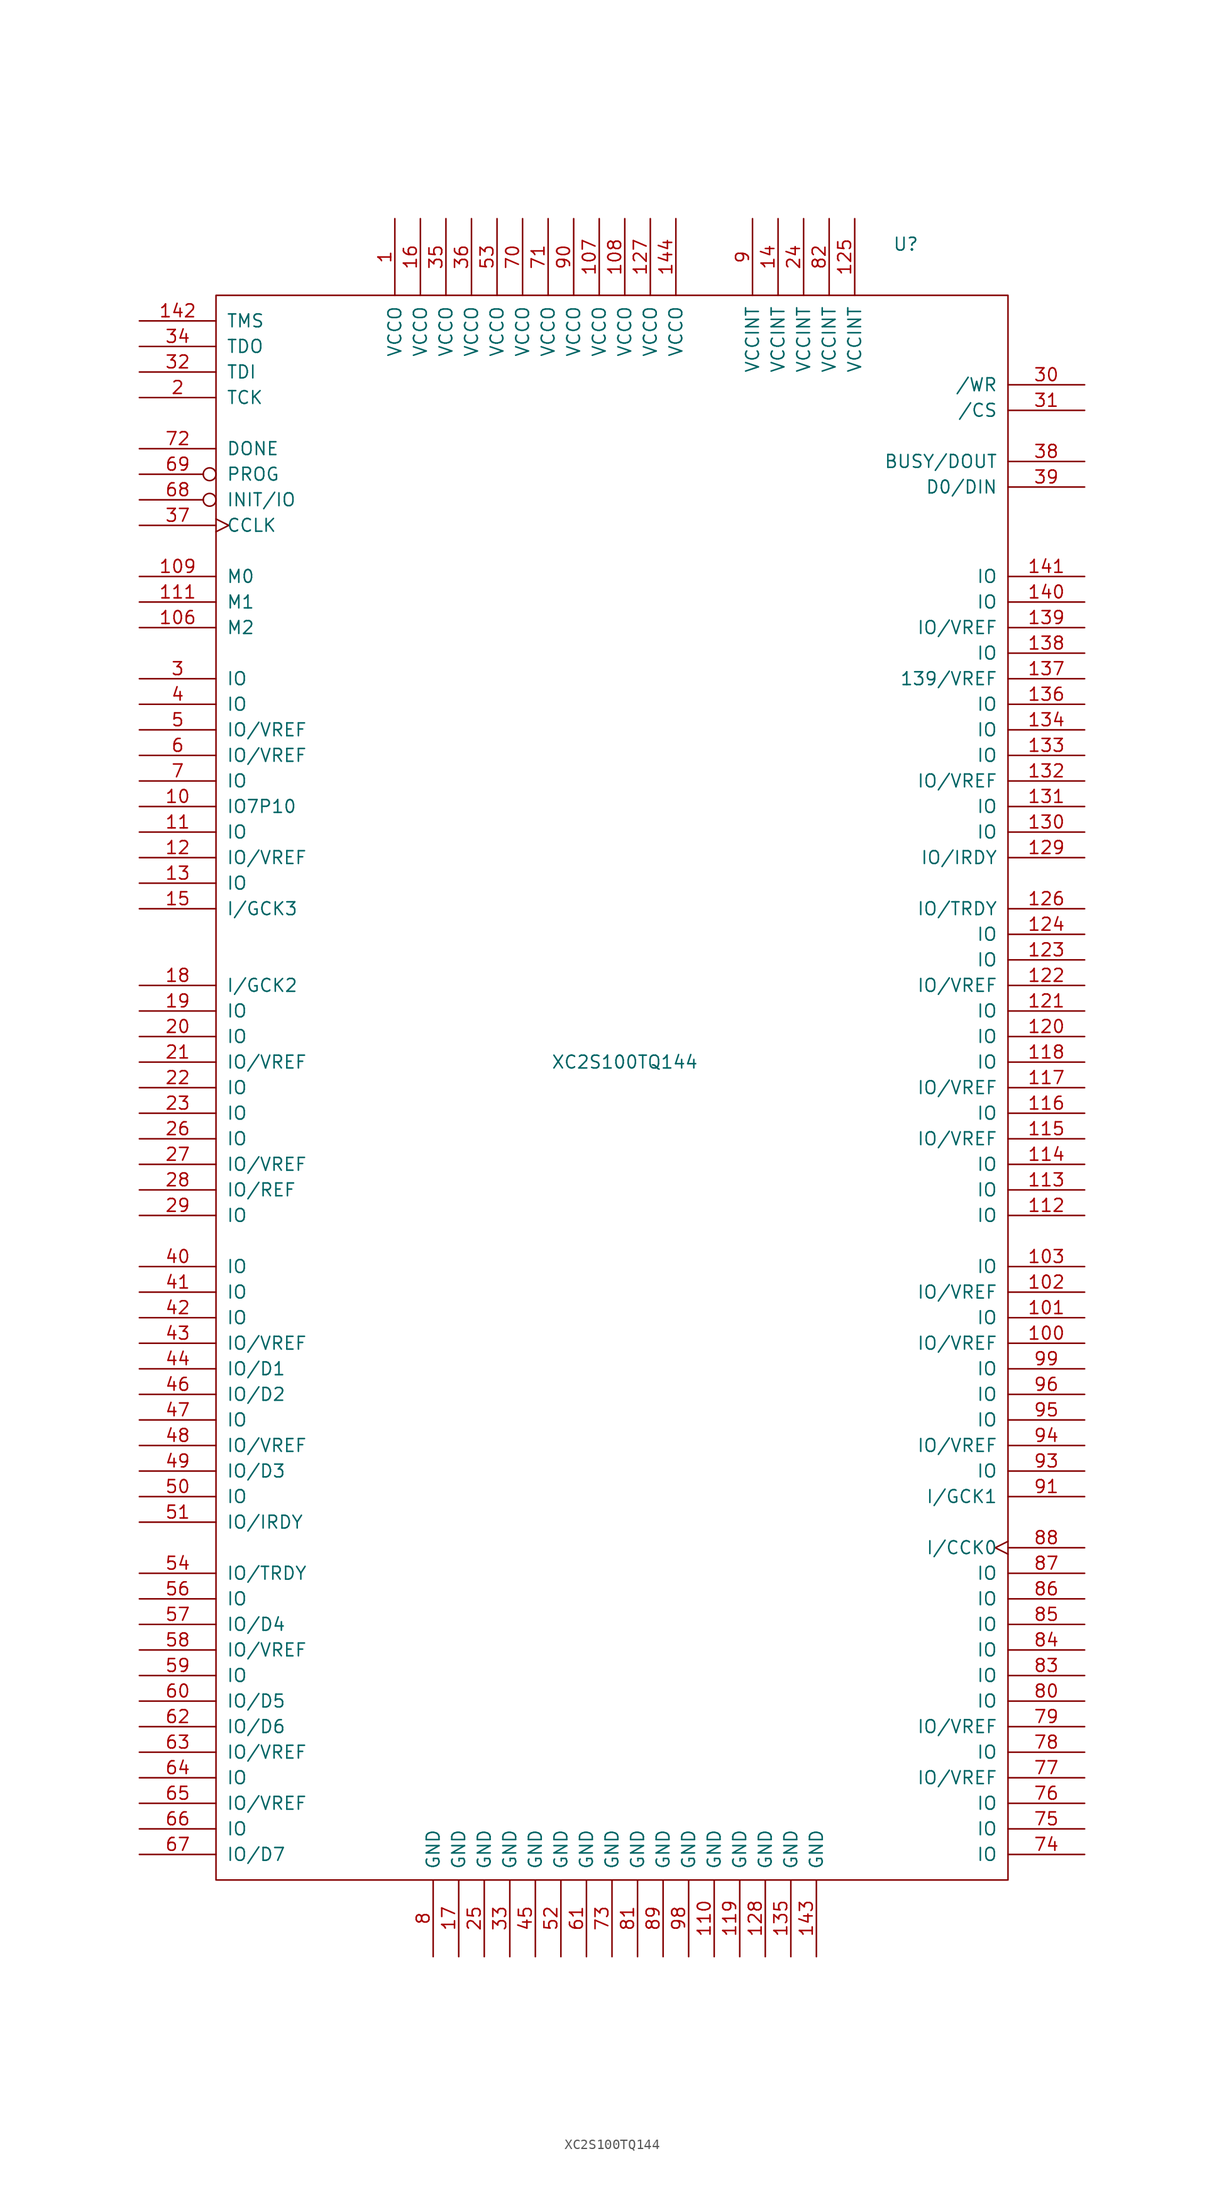
<source format=kicad_sym>
(kicad_symbol_lib
  (version 20201005)
  (generator kicad_symbol_editor)
  (symbol "XC2S100TQ144"
    (pin_names
      (offset 1.016))
    (property "Reference" "U"
      (at 27.94 83.82 0)
      (effects (font (size 1.27 1.27))))
    (property "Value" "XC2S100TQ144"
      (at 0 2.54 0)
      (effects (font (size 1.27 1.27))))
    (symbol "XC2S100TQ144_0_1"
      (rectangle (start -40.64 78.74) (end 38.1 -78.74) (stroke (width 0)) (fill (type none))))
    (symbol "XC2S100TQ144_1_1"
      (pin power_in line (at -22.86 86.36 270) (length 7.62) (name "VCCO" (effects (font (size 1.27 1.27)))) (number "1" (effects (font (size 1.27 1.27)))))
      (pin bidirectional line (at -48.26 27.94 0) (length 7.62) (name "IO7P10" (effects (font (size 1.27 1.27)))) (number "10" (effects (font (size 1.27 1.27)))))
      (pin bidirectional line (at 45.72 -25.4 180) (length 7.62) (name "IO/VREF" (effects (font (size 1.27 1.27)))) (number "100" (effects (font (size 1.27 1.27)))))
      (pin bidirectional line (at 45.72 -22.86 180) (length 7.62) (name "IO" (effects (font (size 1.27 1.27)))) (number "101" (effects (font (size 1.27 1.27)))))
      (pin bidirectional line (at 45.72 -20.32 180) (length 7.62) (name "IO/VREF" (effects (font (size 1.27 1.27)))) (number "102" (effects (font (size 1.27 1.27)))))
      (pin bidirectional line (at 45.72 -17.78 180) (length 7.62) (name "IO" (effects (font (size 1.27 1.27)))) (number "103" (effects (font (size 1.27 1.27)))))
      (pin input line (at -48.26 45.72 0) (length 7.62) (name "M2" (effects (font (size 1.27 1.27)))) (number "106" (effects (font (size 1.27 1.27)))))
      (pin power_in line (at -2.54 86.36 270) (length 7.62) (name "VCCO" (effects (font (size 1.27 1.27)))) (number "107" (effects (font (size 1.27 1.27)))))
      (pin power_in line (at 0 86.36 270) (length 7.62) (name "VCCO" (effects (font (size 1.27 1.27)))) (number "108" (effects (font (size 1.27 1.27)))))
      (pin input line (at -48.26 50.8 0) (length 7.62) (name "M0" (effects (font (size 1.27 1.27)))) (number "109" (effects (font (size 1.27 1.27)))))
      (pin bidirectional line (at -48.26 25.4 0) (length 7.62) (name "IO" (effects (font (size 1.27 1.27)))) (number "11" (effects (font (size 1.27 1.27)))))
      (pin power_in line (at 8.89 -86.36 90) (length 7.62) (name "GND" (effects (font (size 1.27 1.27)))) (number "110" (effects (font (size 1.27 1.27)))))
      (pin input line (at -48.26 48.26 0) (length 7.62) (name "M1" (effects (font (size 1.27 1.27)))) (number "111" (effects (font (size 1.27 1.27)))))
      (pin bidirectional line (at 45.72 -12.7 180) (length 7.62) (name "IO" (effects (font (size 1.27 1.27)))) (number "112" (effects (font (size 1.27 1.27)))))
      (pin bidirectional line (at 45.72 -10.16 180) (length 7.62) (name "IO" (effects (font (size 1.27 1.27)))) (number "113" (effects (font (size 1.27 1.27)))))
      (pin bidirectional line (at 45.72 -7.62 180) (length 7.62) (name "IO" (effects (font (size 1.27 1.27)))) (number "114" (effects (font (size 1.27 1.27)))))
      (pin bidirectional line (at 45.72 -5.08 180) (length 7.62) (name "IO/VREF" (effects (font (size 1.27 1.27)))) (number "115" (effects (font (size 1.27 1.27)))))
      (pin bidirectional line (at 45.72 -2.54 180) (length 7.62) (name "IO" (effects (font (size 1.27 1.27)))) (number "116" (effects (font (size 1.27 1.27)))))
      (pin bidirectional line (at 45.72 0 180) (length 7.62) (name "IO/VREF" (effects (font (size 1.27 1.27)))) (number "117" (effects (font (size 1.27 1.27)))))
      (pin bidirectional line (at 45.72 2.54 180) (length 7.62) (name "IO" (effects (font (size 1.27 1.27)))) (number "118" (effects (font (size 1.27 1.27)))))
      (pin power_in line (at 11.43 -86.36 90) (length 7.62) (name "GND" (effects (font (size 1.27 1.27)))) (number "119" (effects (font (size 1.27 1.27)))))
      (pin bidirectional line (at -48.26 22.86 0) (length 7.62) (name "IO/VREF" (effects (font (size 1.27 1.27)))) (number "12" (effects (font (size 1.27 1.27)))))
      (pin bidirectional line (at 45.72 5.08 180) (length 7.62) (name "IO" (effects (font (size 1.27 1.27)))) (number "120" (effects (font (size 1.27 1.27)))))
      (pin bidirectional line (at 45.72 7.62 180) (length 7.62) (name "IO" (effects (font (size 1.27 1.27)))) (number "121" (effects (font (size 1.27 1.27)))))
      (pin bidirectional line (at 45.72 10.16 180) (length 7.62) (name "IO/VREF" (effects (font (size 1.27 1.27)))) (number "122" (effects (font (size 1.27 1.27)))))
      (pin bidirectional line (at 45.72 12.7 180) (length 7.62) (name "IO" (effects (font (size 1.27 1.27)))) (number "123" (effects (font (size 1.27 1.27)))))
      (pin bidirectional line (at 45.72 15.24 180) (length 7.62) (name "IO" (effects (font (size 1.27 1.27)))) (number "124" (effects (font (size 1.27 1.27)))))
      (pin power_in line (at 22.86 86.36 270) (length 7.62) (name "VCCINT" (effects (font (size 1.27 1.27)))) (number "125" (effects (font (size 1.27 1.27)))))
      (pin bidirectional line (at 45.72 17.78 180) (length 7.62) (name "IO/TRDY" (effects (font (size 1.27 1.27)))) (number "126" (effects (font (size 1.27 1.27)))))
      (pin power_in line (at 2.54 86.36 270) (length 7.62) (name "VCCO" (effects (font (size 1.27 1.27)))) (number "127" (effects (font (size 1.27 1.27)))))
      (pin power_in line (at 13.97 -86.36 90) (length 7.62) (name "GND" (effects (font (size 1.27 1.27)))) (number "128" (effects (font (size 1.27 1.27)))))
      (pin bidirectional line (at 45.72 22.86 180) (length 7.62) (name "IO/IRDY" (effects (font (size 1.27 1.27)))) (number "129" (effects (font (size 1.27 1.27)))))
      (pin bidirectional line (at -48.26 20.32 0) (length 7.62) (name "IO" (effects (font (size 1.27 1.27)))) (number "13" (effects (font (size 1.27 1.27)))))
      (pin bidirectional line (at 45.72 25.4 180) (length 7.62) (name "IO" (effects (font (size 1.27 1.27)))) (number "130" (effects (font (size 1.27 1.27)))))
      (pin bidirectional line (at 45.72 27.94 180) (length 7.62) (name "IO" (effects (font (size 1.27 1.27)))) (number "131" (effects (font (size 1.27 1.27)))))
      (pin bidirectional line (at 45.72 30.48 180) (length 7.62) (name "IO/VREF" (effects (font (size 1.27 1.27)))) (number "132" (effects (font (size 1.27 1.27)))))
      (pin bidirectional line (at 45.72 33.02 180) (length 7.62) (name "IO" (effects (font (size 1.27 1.27)))) (number "133" (effects (font (size 1.27 1.27)))))
      (pin bidirectional line (at 45.72 35.56 180) (length 7.62) (name "IO" (effects (font (size 1.27 1.27)))) (number "134" (effects (font (size 1.27 1.27)))))
      (pin power_in line (at 16.51 -86.36 90) (length 7.62) (name "GND" (effects (font (size 1.27 1.27)))) (number "135" (effects (font (size 1.27 1.27)))))
      (pin bidirectional line (at 45.72 38.1 180) (length 7.62) (name "IO" (effects (font (size 1.27 1.27)))) (number "136" (effects (font (size 1.27 1.27)))))
      (pin bidirectional line (at 45.72 40.64 180) (length 7.62) (name "139/VREF" (effects (font (size 1.27 1.27)))) (number "137" (effects (font (size 1.27 1.27)))))
      (pin bidirectional line (at 45.72 43.18 180) (length 7.62) (name "IO" (effects (font (size 1.27 1.27)))) (number "138" (effects (font (size 1.27 1.27)))))
      (pin bidirectional line (at 45.72 45.72 180) (length 7.62) (name "IO/VREF" (effects (font (size 1.27 1.27)))) (number "139" (effects (font (size 1.27 1.27)))))
      (pin power_in line (at 15.24 86.36 270) (length 7.62) (name "VCCINT" (effects (font (size 1.27 1.27)))) (number "14" (effects (font (size 1.27 1.27)))))
      (pin bidirectional line (at 45.72 48.26 180) (length 7.62) (name "IO" (effects (font (size 1.27 1.27)))) (number "140" (effects (font (size 1.27 1.27)))))
      (pin bidirectional line (at 45.72 50.8 180) (length 7.62) (name "IO" (effects (font (size 1.27 1.27)))) (number "141" (effects (font (size 1.27 1.27)))))
      (pin input line (at -48.26 76.2 0) (length 7.62) (name "TMS" (effects (font (size 1.27 1.27)))) (number "142" (effects (font (size 1.27 1.27)))))
      (pin power_in line (at 19.05 -86.36 90) (length 7.62) (name "GND" (effects (font (size 1.27 1.27)))) (number "143" (effects (font (size 1.27 1.27)))))
      (pin passive line (at 5.08 86.36 270) (length 7.62) (name "VCCO" (effects (font (size 1.27 1.27)))) (number "144" (effects (font (size 1.27 1.27)))))
      (pin input line (at -48.26 17.78 0) (length 7.62) (name "I/GCK3" (effects (font (size 1.27 1.27)))) (number "15" (effects (font (size 1.27 1.27)))))
      (pin power_in line (at -20.32 86.36 270) (length 7.62) (name "VCCO" (effects (font (size 1.27 1.27)))) (number "16" (effects (font (size 1.27 1.27)))))
      (pin power_in line (at -16.51 -86.36 90) (length 7.62) (name "GND" (effects (font (size 1.27 1.27)))) (number "17" (effects (font (size 1.27 1.27)))))
      (pin input line (at -48.26 10.16 0) (length 7.62) (name "I/GCK2" (effects (font (size 1.27 1.27)))) (number "18" (effects (font (size 1.27 1.27)))))
      (pin bidirectional line (at -48.26 7.62 0) (length 7.62) (name "IO" (effects (font (size 1.27 1.27)))) (number "19" (effects (font (size 1.27 1.27)))))
      (pin input line (at -48.26 68.58 0) (length 7.62) (name "TCK" (effects (font (size 1.27 1.27)))) (number "2" (effects (font (size 1.27 1.27)))))
      (pin bidirectional line (at -48.26 5.08 0) (length 7.62) (name "IO" (effects (font (size 1.27 1.27)))) (number "20" (effects (font (size 1.27 1.27)))))
      (pin bidirectional line (at -48.26 2.54 0) (length 7.62) (name "IO/VREF" (effects (font (size 1.27 1.27)))) (number "21" (effects (font (size 1.27 1.27)))))
      (pin bidirectional line (at -48.26 0 0) (length 7.62) (name "IO" (effects (font (size 1.27 1.27)))) (number "22" (effects (font (size 1.27 1.27)))))
      (pin bidirectional line (at -48.26 -2.54 0) (length 7.62) (name "IO" (effects (font (size 1.27 1.27)))) (number "23" (effects (font (size 1.27 1.27)))))
      (pin power_in line (at 17.78 86.36 270) (length 7.62) (name "VCCINT" (effects (font (size 1.27 1.27)))) (number "24" (effects (font (size 1.27 1.27)))))
      (pin power_in line (at -13.97 -86.36 90) (length 7.62) (name "GND" (effects (font (size 1.27 1.27)))) (number "25" (effects (font (size 1.27 1.27)))))
      (pin bidirectional line (at -48.26 -5.08 0) (length 7.62) (name "IO" (effects (font (size 1.27 1.27)))) (number "26" (effects (font (size 1.27 1.27)))))
      (pin bidirectional line (at -48.26 -7.62 0) (length 7.62) (name "IO/VREF" (effects (font (size 1.27 1.27)))) (number "27" (effects (font (size 1.27 1.27)))))
      (pin bidirectional line (at -48.26 -10.16 0) (length 7.62) (name "IO/REF" (effects (font (size 1.27 1.27)))) (number "28" (effects (font (size 1.27 1.27)))))
      (pin bidirectional line (at -48.26 -12.7 0) (length 7.62) (name "IO" (effects (font (size 1.27 1.27)))) (number "29" (effects (font (size 1.27 1.27)))))
      (pin bidirectional line (at -48.26 40.64 0) (length 7.62) (name "IO" (effects (font (size 1.27 1.27)))) (number "3" (effects (font (size 1.27 1.27)))))
      (pin bidirectional line (at 45.72 69.85 180) (length 7.62) (name "/WR" (effects (font (size 1.27 1.27)))) (number "30" (effects (font (size 1.27 1.27)))))
      (pin bidirectional line (at 45.72 67.31 180) (length 7.62) (name "/CS" (effects (font (size 1.27 1.27)))) (number "31" (effects (font (size 1.27 1.27)))))
      (pin input line (at -48.26 71.12 0) (length 7.62) (name "TDI" (effects (font (size 1.27 1.27)))) (number "32" (effects (font (size 1.27 1.27)))))
      (pin power_in line (at -11.43 -86.36 90) (length 7.62) (name "GND" (effects (font (size 1.27 1.27)))) (number "33" (effects (font (size 1.27 1.27)))))
      (pin output line (at -48.26 73.66 0) (length 7.62) (name "TDO" (effects (font (size 1.27 1.27)))) (number "34" (effects (font (size 1.27 1.27)))))
      (pin power_in line (at -17.78 86.36 270) (length 7.62) (name "VCCO" (effects (font (size 1.27 1.27)))) (number "35" (effects (font (size 1.27 1.27)))))
      (pin power_in line (at -15.24 86.36 270) (length 7.62) (name "VCCO" (effects (font (size 1.27 1.27)))) (number "36" (effects (font (size 1.27 1.27)))))
      (pin input clock (at -48.26 55.88 0) (length 7.62) (name "CCLK" (effects (font (size 1.27 1.27)))) (number "37" (effects (font (size 1.27 1.27)))))
      (pin output line (at 45.72 62.23 180) (length 7.62) (name "BUSY/DOUT" (effects (font (size 1.27 1.27)))) (number "38" (effects (font (size 1.27 1.27)))))
      (pin bidirectional line (at 45.72 59.69 180) (length 7.62) (name "D0/DIN" (effects (font (size 1.27 1.27)))) (number "39" (effects (font (size 1.27 1.27)))))
      (pin bidirectional line (at -48.26 38.1 0) (length 7.62) (name "IO" (effects (font (size 1.27 1.27)))) (number "4" (effects (font (size 1.27 1.27)))))
      (pin bidirectional line (at -48.26 -17.78 0) (length 7.62) (name "IO" (effects (font (size 1.27 1.27)))) (number "40" (effects (font (size 1.27 1.27)))))
      (pin bidirectional line (at -48.26 -20.32 0) (length 7.62) (name "IO" (effects (font (size 1.27 1.27)))) (number "41" (effects (font (size 1.27 1.27)))))
      (pin bidirectional line (at -48.26 -22.86 0) (length 7.62) (name "IO" (effects (font (size 1.27 1.27)))) (number "42" (effects (font (size 1.27 1.27)))))
      (pin bidirectional line (at -48.26 -25.4 0) (length 7.62) (name "IO/VREF" (effects (font (size 1.27 1.27)))) (number "43" (effects (font (size 1.27 1.27)))))
      (pin bidirectional line (at -48.26 -27.94 0) (length 7.62) (name "IO/D1" (effects (font (size 1.27 1.27)))) (number "44" (effects (font (size 1.27 1.27)))))
      (pin power_in line (at -8.89 -86.36 90) (length 7.62) (name "GND" (effects (font (size 1.27 1.27)))) (number "45" (effects (font (size 1.27 1.27)))))
      (pin bidirectional line (at -48.26 -30.48 0) (length 7.62) (name "IO/D2" (effects (font (size 1.27 1.27)))) (number "46" (effects (font (size 1.27 1.27)))))
      (pin bidirectional line (at -48.26 -33.02 0) (length 7.62) (name "IO" (effects (font (size 1.27 1.27)))) (number "47" (effects (font (size 1.27 1.27)))))
      (pin bidirectional line (at -48.26 -35.56 0) (length 7.62) (name "IO/VREF" (effects (font (size 1.27 1.27)))) (number "48" (effects (font (size 1.27 1.27)))))
      (pin bidirectional line (at -48.26 -38.1 0) (length 7.62) (name "IO/D3" (effects (font (size 1.27 1.27)))) (number "49" (effects (font (size 1.27 1.27)))))
      (pin bidirectional line (at -48.26 35.56 0) (length 7.62) (name "IO/VREF" (effects (font (size 1.27 1.27)))) (number "5" (effects (font (size 1.27 1.27)))))
      (pin bidirectional line (at -48.26 -40.64 0) (length 7.62) (name "IO" (effects (font (size 1.27 1.27)))) (number "50" (effects (font (size 1.27 1.27)))))
      (pin bidirectional line (at -48.26 -43.18 0) (length 7.62) (name "IO/IRDY" (effects (font (size 1.27 1.27)))) (number "51" (effects (font (size 1.27 1.27)))))
      (pin power_in line (at -6.35 -86.36 90) (length 7.62) (name "GND" (effects (font (size 1.27 1.27)))) (number "52" (effects (font (size 1.27 1.27)))))
      (pin power_in line (at -12.7 86.36 270) (length 7.62) (name "VCCO" (effects (font (size 1.27 1.27)))) (number "53" (effects (font (size 1.27 1.27)))))
      (pin bidirectional line (at -48.26 -48.26 0) (length 7.62) (name "IO/TRDY" (effects (font (size 1.27 1.27)))) (number "54" (effects (font (size 1.27 1.27)))))
      (pin bidirectional line (at -48.26 -50.8 0) (length 7.62) (name "IO" (effects (font (size 1.27 1.27)))) (number "56" (effects (font (size 1.27 1.27)))))
      (pin bidirectional line (at -48.26 -53.34 0) (length 7.62) (name "IO/D4" (effects (font (size 1.27 1.27)))) (number "57" (effects (font (size 1.27 1.27)))))
      (pin bidirectional line (at -48.26 -55.88 0) (length 7.62) (name "IO/VREF" (effects (font (size 1.27 1.27)))) (number "58" (effects (font (size 1.27 1.27)))))
      (pin bidirectional line (at -48.26 -58.42 0) (length 7.62) (name "IO" (effects (font (size 1.27 1.27)))) (number "59" (effects (font (size 1.27 1.27)))))
      (pin bidirectional line (at -48.26 33.02 0) (length 7.62) (name "IO/VREF" (effects (font (size 1.27 1.27)))) (number "6" (effects (font (size 1.27 1.27)))))
      (pin bidirectional line (at -48.26 -60.96 0) (length 7.62) (name "IO/D5" (effects (font (size 1.27 1.27)))) (number "60" (effects (font (size 1.27 1.27)))))
      (pin power_in line (at -3.81 -86.36 90) (length 7.62) (name "GND" (effects (font (size 1.27 1.27)))) (number "61" (effects (font (size 1.27 1.27)))))
      (pin bidirectional line (at -48.26 -63.5 0) (length 7.62) (name "IO/D6" (effects (font (size 1.27 1.27)))) (number "62" (effects (font (size 1.27 1.27)))))
      (pin bidirectional line (at -48.26 -66.04 0) (length 7.62) (name "IO/VREF" (effects (font (size 1.27 1.27)))) (number "63" (effects (font (size 1.27 1.27)))))
      (pin bidirectional line (at -48.26 -68.58 0) (length 7.62) (name "IO" (effects (font (size 1.27 1.27)))) (number "64" (effects (font (size 1.27 1.27)))))
      (pin bidirectional line (at -48.26 -71.12 0) (length 7.62) (name "IO/VREF" (effects (font (size 1.27 1.27)))) (number "65" (effects (font (size 1.27 1.27)))))
      (pin bidirectional line (at -48.26 -73.66 0) (length 7.62) (name "IO" (effects (font (size 1.27 1.27)))) (number "66" (effects (font (size 1.27 1.27)))))
      (pin bidirectional line (at -48.26 -76.2 0) (length 7.62) (name "IO/D7" (effects (font (size 1.27 1.27)))) (number "67" (effects (font (size 1.27 1.27)))))
      (pin bidirectional inverted (at -48.26 58.42 0) (length 7.62) (name "INIT/IO" (effects (font (size 1.27 1.27)))) (number "68" (effects (font (size 1.27 1.27)))))
      (pin input inverted (at -48.26 60.96 0) (length 7.62) (name "PROG" (effects (font (size 1.27 1.27)))) (number "69" (effects (font (size 1.27 1.27)))))
      (pin bidirectional line (at -48.26 30.48 0) (length 7.62) (name "IO" (effects (font (size 1.27 1.27)))) (number "7" (effects (font (size 1.27 1.27)))))
      (pin power_in line (at -10.16 86.36 270) (length 7.62) (name "VCCO" (effects (font (size 1.27 1.27)))) (number "70" (effects (font (size 1.27 1.27)))))
      (pin power_in line (at -7.62 86.36 270) (length 7.62) (name "VCCO" (effects (font (size 1.27 1.27)))) (number "71" (effects (font (size 1.27 1.27)))))
      (pin open_collector line (at -48.26 63.5 0) (length 7.62) (name "DONE" (effects (font (size 1.27 1.27)))) (number "72" (effects (font (size 1.27 1.27)))))
      (pin power_in line (at -1.27 -86.36 90) (length 7.62) (name "GND" (effects (font (size 1.27 1.27)))) (number "73" (effects (font (size 1.27 1.27)))))
      (pin bidirectional line (at 45.72 -76.2 180) (length 7.62) (name "IO" (effects (font (size 1.27 1.27)))) (number "74" (effects (font (size 1.27 1.27)))))
      (pin bidirectional line (at 45.72 -73.66 180) (length 7.62) (name "IO" (effects (font (size 1.27 1.27)))) (number "75" (effects (font (size 1.27 1.27)))))
      (pin bidirectional line (at 45.72 -71.12 180) (length 7.62) (name "IO" (effects (font (size 1.27 1.27)))) (number "76" (effects (font (size 1.27 1.27)))))
      (pin bidirectional line (at 45.72 -68.58 180) (length 7.62) (name "IO/VREF" (effects (font (size 1.27 1.27)))) (number "77" (effects (font (size 1.27 1.27)))))
      (pin bidirectional line (at 45.72 -66.04 180) (length 7.62) (name "IO" (effects (font (size 1.27 1.27)))) (number "78" (effects (font (size 1.27 1.27)))))
      (pin bidirectional line (at 45.72 -63.5 180) (length 7.62) (name "IO/VREF" (effects (font (size 1.27 1.27)))) (number "79" (effects (font (size 1.27 1.27)))))
      (pin power_in line (at -19.05 -86.36 90) (length 7.62) (name "GND" (effects (font (size 1.27 1.27)))) (number "8" (effects (font (size 1.27 1.27)))))
      (pin bidirectional line (at 45.72 -60.96 180) (length 7.62) (name "IO" (effects (font (size 1.27 1.27)))) (number "80" (effects (font (size 1.27 1.27)))))
      (pin power_in line (at 1.27 -86.36 90) (length 7.62) (name "GND" (effects (font (size 1.27 1.27)))) (number "81" (effects (font (size 1.27 1.27)))))
      (pin power_in line (at 20.32 86.36 270) (length 7.62) (name "VCCINT" (effects (font (size 1.27 1.27)))) (number "82" (effects (font (size 1.27 1.27)))))
      (pin bidirectional line (at 45.72 -58.42 180) (length 7.62) (name "IO" (effects (font (size 1.27 1.27)))) (number "83" (effects (font (size 1.27 1.27)))))
      (pin bidirectional line (at 45.72 -55.88 180) (length 7.62) (name "IO" (effects (font (size 1.27 1.27)))) (number "84" (effects (font (size 1.27 1.27)))))
      (pin bidirectional line (at 45.72 -53.34 180) (length 7.62) (name "IO" (effects (font (size 1.27 1.27)))) (number "85" (effects (font (size 1.27 1.27)))))
      (pin bidirectional line (at 45.72 -50.8 180) (length 7.62) (name "IO" (effects (font (size 1.27 1.27)))) (number "86" (effects (font (size 1.27 1.27)))))
      (pin bidirectional line (at 45.72 -48.26 180) (length 7.62) (name "IO" (effects (font (size 1.27 1.27)))) (number "87" (effects (font (size 1.27 1.27)))))
      (pin input clock (at 45.72 -45.72 180) (length 7.62) (name "I/CCK0" (effects (font (size 1.27 1.27)))) (number "88" (effects (font (size 1.27 1.27)))))
      (pin power_in line (at 3.81 -86.36 90) (length 7.62) (name "GND" (effects (font (size 1.27 1.27)))) (number "89" (effects (font (size 1.27 1.27)))))
      (pin power_in line (at 12.7 86.36 270) (length 7.62) (name "VCCINT" (effects (font (size 1.27 1.27)))) (number "9" (effects (font (size 1.27 1.27)))))
      (pin power_in line (at -5.08 86.36 270) (length 7.62) (name "VCCO" (effects (font (size 1.27 1.27)))) (number "90" (effects (font (size 1.27 1.27)))))
      (pin input line (at 45.72 -40.64 180) (length 7.62) (name "I/GCK1" (effects (font (size 1.27 1.27)))) (number "91" (effects (font (size 1.27 1.27)))))
      (pin bidirectional line (at 45.72 -38.1 180) (length 7.62) (name "IO" (effects (font (size 1.27 1.27)))) (number "93" (effects (font (size 1.27 1.27)))))
      (pin bidirectional line (at 45.72 -35.56 180) (length 7.62) (name "IO/VREF" (effects (font (size 1.27 1.27)))) (number "94" (effects (font (size 1.27 1.27)))))
      (pin bidirectional line (at 45.72 -33.02 180) (length 7.62) (name "IO" (effects (font (size 1.27 1.27)))) (number "95" (effects (font (size 1.27 1.27)))))
      (pin bidirectional line (at 45.72 -30.48 180) (length 7.62) (name "IO" (effects (font (size 1.27 1.27)))) (number "96" (effects (font (size 1.27 1.27)))))
      (pin passive line (at 6.35 -86.36 90) (length 7.62) (name "GND" (effects (font (size 1.27 1.27)))) (number "98" (effects (font (size 1.27 1.27)))))
      (pin bidirectional line (at 45.72 -27.94 180) (length 7.62) (name "IO" (effects (font (size 1.27 1.27)))) (number "99" (effects (font (size 1.27 1.27))))))))
</source>
